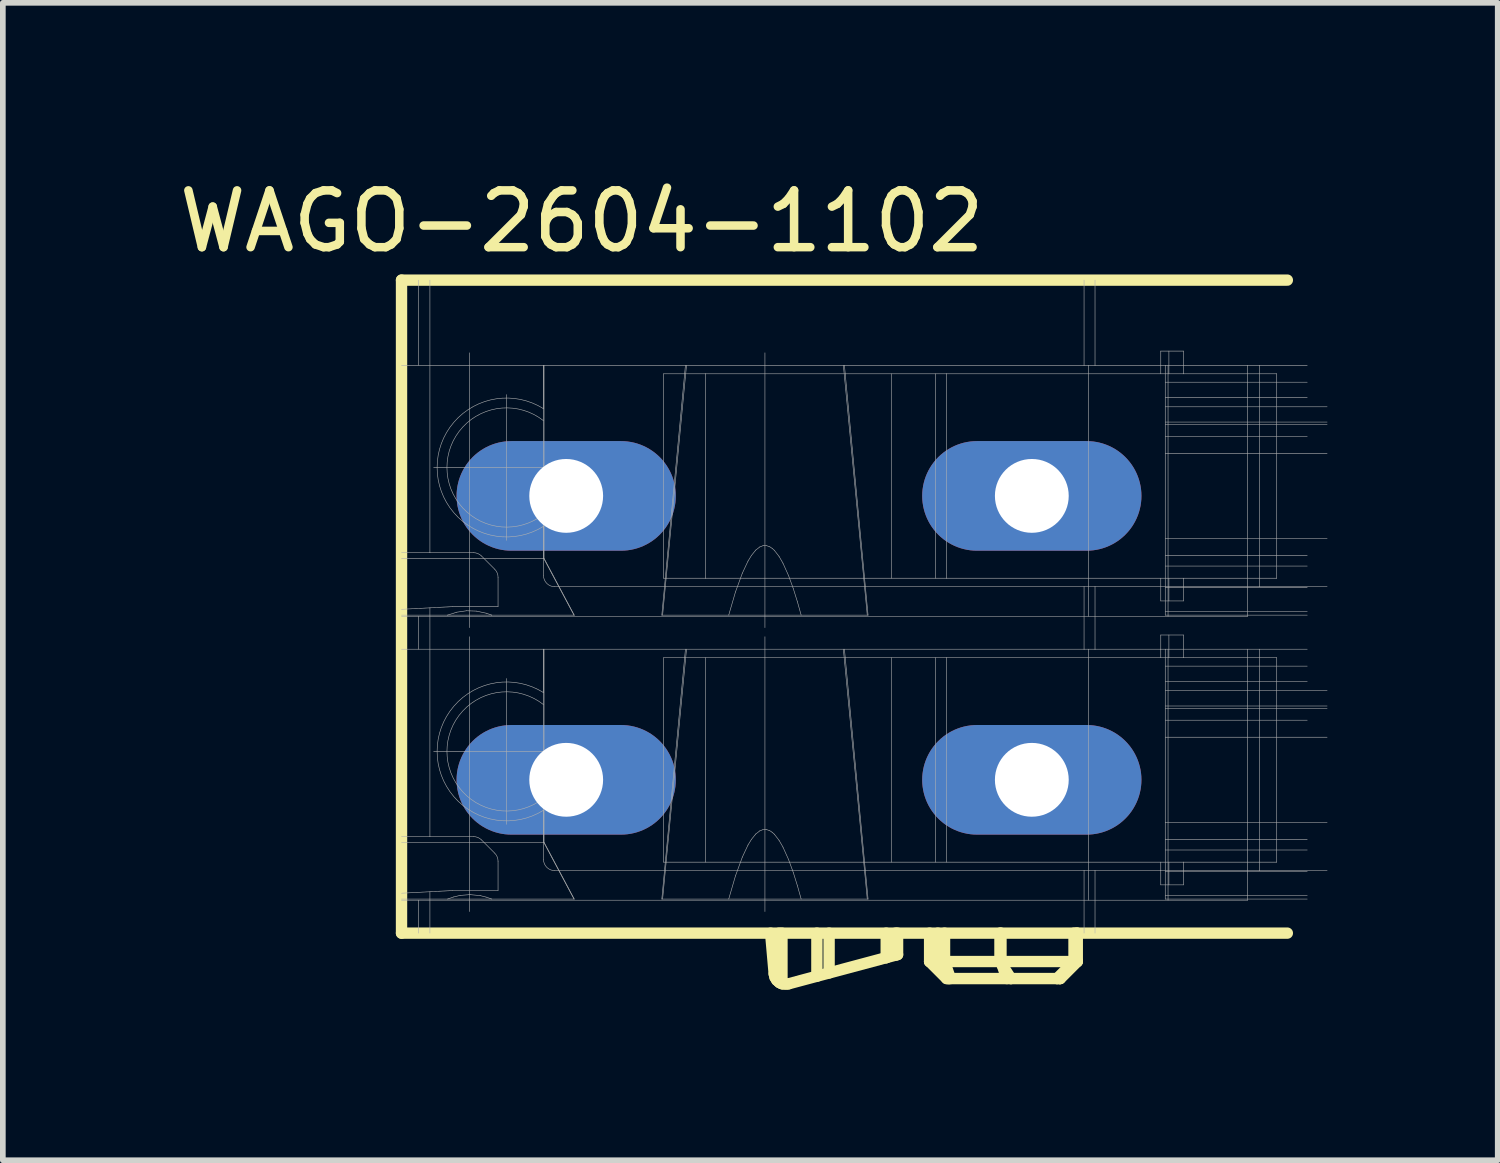
<source format=kicad_pcb>
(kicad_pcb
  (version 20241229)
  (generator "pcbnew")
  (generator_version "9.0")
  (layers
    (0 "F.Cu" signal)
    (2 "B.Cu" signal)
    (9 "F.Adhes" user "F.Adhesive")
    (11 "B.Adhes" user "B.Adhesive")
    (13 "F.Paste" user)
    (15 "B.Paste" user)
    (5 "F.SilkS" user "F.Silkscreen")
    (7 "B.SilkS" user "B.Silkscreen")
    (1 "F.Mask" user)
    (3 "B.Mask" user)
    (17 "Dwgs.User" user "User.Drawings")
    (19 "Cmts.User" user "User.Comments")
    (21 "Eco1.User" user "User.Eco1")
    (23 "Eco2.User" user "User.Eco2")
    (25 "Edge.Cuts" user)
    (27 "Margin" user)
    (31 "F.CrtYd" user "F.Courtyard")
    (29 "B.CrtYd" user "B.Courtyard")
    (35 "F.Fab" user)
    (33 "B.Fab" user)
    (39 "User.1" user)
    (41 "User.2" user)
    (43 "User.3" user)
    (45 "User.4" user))
  (footprint "WAGO-2604-1102"
    (layer "F.Cu")
    (at 15.121 3.383)
    (property "Reference" "WAGO-2604-1102" (at -7.925 -2.535 0) (layer "F.SilkS") (effects (font (size 1 1) (thickness 0.15))))
    (attr through_hole)
    (fp_line (start -11.1 10) (end -11.1 -1.5) (stroke (width 0.2) (type solid)) (layer "F.SilkS"))
    (fp_line (start -4.537 10.717) (end -4.6 10) (stroke (width 0.2) (type solid)) (layer "F.SilkS"))
    (fp_line (start -4.537 10.717) (end -4.522 10.778) (stroke (width 0.2) (type solid)) (layer "F.SilkS"))
    (fp_line (start -4.522 10.778) (end -4.491 10.829) (stroke (width 0.2) (type solid)) (layer "F.SilkS"))
    (fp_line (start -4.491 10.829) (end -4.436 10.874) (stroke (width 0.2) (type solid)) (layer "F.SilkS"))
    (fp_line (start -4.452 10.864) (end -4.452 10) (stroke (width 0.2) (type solid)) (layer "F.SilkS"))
    (fp_line (start -4.436 10.874) (end -4.4 10.89) (stroke (width 0.2) (type solid)) (layer "F.SilkS"))
    (fp_line (start -4.4 10.89) (end -4.4 10) (stroke (width 0.2) (type solid)) (layer "F.SilkS"))
    (fp_line (start -3.785 10.759) (end -3.785 10) (stroke (width 0.2) (type solid)) (layer "F.SilkS"))
    (fp_line (start -3.57 10.701) (end -3.57 10) (stroke (width 0.2) (type solid)) (layer "F.SilkS"))
    (fp_line (start -2.564 10.432) (end -4.286 10.893) (stroke (width 0.2) (type solid)) (layer "F.SilkS"))
    (fp_line (start -2.564 10.432) (end -2.564 10) (stroke (width 0.2) (type solid)) (layer "F.SilkS"))
    (fp_line (start -2.4 10.388) (end -2.4 10) (stroke (width 0.2) (type solid)) (layer "F.SilkS"))
    (fp_line (start -2.364 10.378) (end -2.564 10.432) (stroke (width 0.2) (type solid)) (layer "F.SilkS"))
    (fp_line (start -2.364 10.378) (end -2.364 10) (stroke (width 0.2) (type solid)) (layer "F.SilkS"))
    (fp_line (start -1.8 10) (end -1.8 10.5) (stroke (width 0.2) (type solid)) (layer "F.SilkS"))
    (fp_line (start -1.8 10.5) (end -1.5 10.8) (stroke (width 0.2) (type solid)) (layer "F.SilkS"))
    (fp_line (start -1.655 10.5) (end -1.8 10.5) (stroke (width 0.2) (type solid)) (layer "F.SilkS"))
    (fp_line (start -1.655 10.5) (end -1.655 10) (stroke (width 0.2) (type solid)) (layer "F.SilkS"))
    (fp_line (start -1.537 10.5) (end -1.537 10) (stroke (width 0.2) (type solid)) (layer "F.SilkS"))
    (fp_line (start -1.464 10.8) (end -1.655 10.5) (stroke (width 0.2) (type solid)) (layer "F.SilkS"))
    (fp_line (start -1.464 10.8) (end -1.5 10.8) (stroke (width 0.2) (type solid)) (layer "F.SilkS"))
    (fp_line (start -1.434 10.8) (end -1.537 10.5) (stroke (width 0.2) (type solid)) (layer "F.SilkS"))
    (fp_line (start -0.561 10.5) (end -1.655 10.5) (stroke (width 0.2) (type solid)) (layer "F.SilkS"))
    (fp_line (start -0.561 10.5) (end -0.561 10) (stroke (width 0.2) (type solid)) (layer "F.SilkS"))
    (fp_line (start -0.543 10.5) (end -0.543 10) (stroke (width 0.2) (type solid)) (layer "F.SilkS"))
    (fp_line (start -0.44 10.8) (end -0.543 10.5) (stroke (width 0.2) (type solid)) (layer "F.SilkS"))
    (fp_line (start -0.369 10.8) (end -1.464 10.8) (stroke (width 0.2) (type solid)) (layer "F.SilkS"))
    (fp_line (start -0.369 10.8) (end -0.561 10.5) (stroke (width 0.2) (type solid)) (layer "F.SilkS"))
    (fp_line (start 0.446 10.8) (end -0.369 10.8) (stroke (width 0.2) (type solid)) (layer "F.SilkS"))
    (fp_line (start 0.446 10.8) (end 0.743 10.5) (stroke (width 0.2) (type solid)) (layer "F.SilkS"))
    (fp_line (start 0.494 10.8) (end 0.446 10.8) (stroke (width 0.2) (type solid)) (layer "F.SilkS"))
    (fp_line (start 0.494 10.8) (end 0.792 10.5) (stroke (width 0.2) (type solid)) (layer "F.SilkS"))
    (fp_line (start 0.5 10.8) (end 0.494 10.8) (stroke (width 0.2) (type solid)) (layer "F.SilkS"))
    (fp_line (start 0.5 10.8) (end 0.8 10.5) (stroke (width 0.2) (type solid)) (layer "F.SilkS"))
    (fp_line (start 0.743 10.5) (end -0.561 10.5) (stroke (width 0.2) (type solid)) (layer "F.SilkS"))
    (fp_line (start 0.743 10.5) (end 0.743 10) (stroke (width 0.2) (type solid)) (layer "F.SilkS"))
    (fp_line (start 0.792 10.5) (end 0.743 10.5) (stroke (width 0.2) (type solid)) (layer "F.SilkS"))
    (fp_line (start 0.792 10.5) (end 0.792 10) (stroke (width 0.2) (type solid)) (layer "F.SilkS"))
    (fp_line (start 0.8 10.5) (end 0.792 10.5) (stroke (width 0.2) (type solid)) (layer "F.SilkS"))
    (fp_line (start 0.8 10.5) (end 0.8 10) (stroke (width 0.2) (type solid)) (layer "F.SilkS"))
    (fp_line (start 4.5 -1.5) (end -11.1 -1.5) (stroke (width 0.2) (type solid)) (layer "F.SilkS"))
    (fp_line (start 4.5 10) (end -11.1 10) (stroke (width 0.2) (type solid)) (layer "F.SilkS"))
    (fp_arc (start -4.28623 10.8932) (mid -4.343333 10.899963) (end -4.4 10.8902) (stroke (width 0.2) (type solid)) (layer "F.SilkS"))
    (fp_line (start -11.1 3.4) (end -8.596 3.4) (stroke (width 0.01) (type solid)) (layer "F.Fab"))
    (fp_line (start -11.1 4.4) (end -10.29 4.4) (stroke (width 0.01) (type solid)) (layer "F.Fab"))
    (fp_line (start -11.1 8.4) (end -8.59 8.4) (stroke (width 0.01) (type solid)) (layer "F.Fab"))
    (fp_line (start -10.8 0) (end -10.8 -1.5) (stroke (width 0.01) (type solid)) (layer "F.Fab"))
    (fp_line (start -10.8 5) (end -10.8 4.42) (stroke (width 0.01) (type solid)) (layer "F.Fab"))
    (fp_line (start -10.8 10) (end -10.8 9.42) (stroke (width 0.01) (type solid)) (layer "F.Fab"))
    (fp_line (start -10.6 3.3) (end -11.1 3.3) (stroke (width 0.01) (type solid)) (layer "F.Fab"))
    (fp_line (start -10.6 3.3) (end -10.6 -1.5) (stroke (width 0.01) (type solid)) (layer "F.Fab"))
    (fp_line (start -10.6 8.3) (end -11.1 8.3) (stroke (width 0.01) (type solid)) (layer "F.Fab"))
    (fp_line (start -10.6 8.3) (end -10.6 4.271) (stroke (width 0.01) (type solid)) (layer "F.Fab"))
    (fp_line (start -10.6 10) (end -10.6 9.271) (stroke (width 0.01) (type solid)) (layer "F.Fab"))
    (fp_line (start -10.534 1.8) (end -8.6 1.8) (stroke (width 0.01) (type solid)) (layer "F.Fab"))
    (fp_line (start -10.534 6.8) (end -8.6 6.8) (stroke (width 0.01) (type solid)) (layer "F.Fab"))
    (fp_line (start -10.29 4.4) (end -10.127 4.348) (stroke (width 0.01) (type solid)) (layer "F.Fab"))
    (fp_line (start -10.29 4.4) (end -9.51 4.4) (stroke (width 0.01) (type solid)) (layer "F.Fab"))
    (fp_line (start -10.29 9.4) (end -10.181 9.363) (stroke (width 0.01) (type solid)) (layer "F.Fab"))
    (fp_line (start -10.2 4.25) (end -11.1 4.297) (stroke (width 0.01) (type solid)) (layer "F.Fab"))
    (fp_line (start -10.2 4.25) (end -9.4 4.25) (stroke (width 0.01) (type solid)) (layer "F.Fab"))
    (fp_line (start -10.2 9.25) (end -11.1 9.297) (stroke (width 0.01) (type solid)) (layer "F.Fab"))
    (fp_line (start -10.2 9.25) (end -9.4 9.25) (stroke (width 0.01) (type solid)) (layer "F.Fab"))
    (fp_line (start -10.181 9.363) (end -10.069 9.336) (stroke (width 0.01) (type solid)) (layer "F.Fab"))
    (fp_line (start -10.127 4.348) (end -9.954 4.323) (stroke (width 0.01) (type solid)) (layer "F.Fab"))
    (fp_line (start -10.069 9.336) (end -9.895 9.322) (stroke (width 0.01) (type solid)) (layer "F.Fab"))
    (fp_line (start -9.954 4.323) (end -9.782 4.329) (stroke (width 0.01) (type solid)) (layer "F.Fab"))
    (fp_line (start -9.9 4.62) (end -9.9 -0.22) (stroke (width 0.01) (type solid)) (layer "F.Fab"))
    (fp_line (start -9.9 9.62) (end -9.9 4.78) (stroke (width 0.01) (type solid)) (layer "F.Fab"))
    (fp_line (start -9.895 9.322) (end -9.715 9.339) (stroke (width 0.01) (type solid)) (layer "F.Fab"))
    (fp_line (start -9.833 3.3) (end -10.6 3.3) (stroke (width 0.01) (type solid)) (layer "F.Fab"))
    (fp_line (start -9.833 8.3) (end -10.6 8.3) (stroke (width 0.01) (type solid)) (layer "F.Fab"))
    (fp_line (start -9.782 4.329) (end -9.608 4.366) (stroke (width 0.01) (type solid)) (layer "F.Fab"))
    (fp_line (start -9.715 9.339) (end -9.612 9.365) (stroke (width 0.01) (type solid)) (layer "F.Fab"))
    (fp_line (start -9.612 9.365) (end -9.51 9.4) (stroke (width 0.01) (type solid)) (layer "F.Fab"))
    (fp_line (start -9.608 4.366) (end -9.51 4.4) (stroke (width 0.01) (type solid)) (layer "F.Fab"))
    (fp_line (start -9.51 4.4) (end -8.063 4.4) (stroke (width 0.01) (type solid)) (layer "F.Fab"))
    (fp_line (start -9.459 3.591) (end -9.691 3.359) (stroke (width 0.01) (type solid)) (layer "F.Fab"))
    (fp_line (start -9.459 8.591) (end -9.691 8.359) (stroke (width 0.01) (type solid)) (layer "F.Fab"))
    (fp_line (start -9.4 4.25) (end -9.4 3.733) (stroke (width 0.01) (type solid)) (layer "F.Fab"))
    (fp_line (start -9.4 9.25) (end -9.4 8.733) (stroke (width 0.01) (type solid)) (layer "F.Fab"))
    (fp_line (start -9.25 3.084) (end -9.25 0.516) (stroke (width 0.01) (type solid)) (layer "F.Fab"))
    (fp_line (start -9.25 8.084) (end -9.25 5.516) (stroke (width 0.01) (type solid)) (layer "F.Fab"))
    (fp_line (start -8.6 0) (end -11.1 0) (stroke (width 0.01) (type solid)) (layer "F.Fab"))
    (fp_line (start -8.6 0) (end -8.6 0.764) (stroke (width 0.01) (type solid)) (layer "F.Fab"))
    (fp_line (start -8.6 0.764) (end -8.6 0.975) (stroke (width 0.01) (type solid)) (layer "F.Fab"))
    (fp_line (start -8.6 2.62) (end -8.6 1.8) (stroke (width 0.01) (type solid)) (layer "F.Fab"))
    (fp_line (start -8.6 2.625) (end -8.6 2.836) (stroke (width 0.01) (type solid)) (layer "F.Fab"))
    (fp_line (start -8.6 2.836) (end -8.6 3.7) (stroke (width 0.01) (type solid)) (layer "F.Fab"))
    (fp_line (start -8.6 5) (end -11.1 5) (stroke (width 0.01) (type solid)) (layer "F.Fab"))
    (fp_line (start -8.6 5) (end -8.6 5.764) (stroke (width 0.01) (type solid)) (layer "F.Fab"))
    (fp_line (start -8.6 5.764) (end -8.6 5.975) (stroke (width 0.01) (type solid)) (layer "F.Fab"))
    (fp_line (start -8.6 7.62) (end -8.6 6.8) (stroke (width 0.01) (type solid)) (layer "F.Fab"))
    (fp_line (start -8.6 7.625) (end -8.6 7.836) (stroke (width 0.01) (type solid)) (layer "F.Fab"))
    (fp_line (start -8.6 7.836) (end -8.6 8.7) (stroke (width 0.01) (type solid)) (layer "F.Fab"))
    (fp_line (start -8.596 0.761) (end -8.596 0) (stroke (width 0.01) (type solid)) (layer "F.Fab"))
    (fp_line (start -8.596 1.8) (end -8.6 1.8) (stroke (width 0.01) (type solid)) (layer "F.Fab"))
    (fp_line (start -8.596 1.8) (end -8.596 0.979) (stroke (width 0.01) (type solid)) (layer "F.Fab"))
    (fp_line (start -8.596 2.8) (end -8.59 2.8) (stroke (width 0.01) (type solid)) (layer "F.Fab"))
    (fp_line (start -8.596 3.4) (end -8.596 2.839) (stroke (width 0.01) (type solid)) (layer "F.Fab"))
    (fp_line (start -8.596 3.4) (end -8.59 3.4) (stroke (width 0.01) (type solid)) (layer "F.Fab"))
    (fp_line (start -8.596 5.761) (end -8.596 5) (stroke (width 0.01) (type solid)) (layer "F.Fab"))
    (fp_line (start -8.596 6.8) (end -8.6 6.8) (stroke (width 0.01) (type solid)) (layer "F.Fab"))
    (fp_line (start -8.596 6.8) (end -8.596 5.979) (stroke (width 0.01) (type solid)) (layer "F.Fab"))
    (fp_line (start -8.596 7.8) (end -7.8 7.8) (stroke (width 0.01) (type solid)) (layer "F.Fab"))
    (fp_line (start -8.596 8.4) (end -8.596 7.839) (stroke (width 0.01) (type solid)) (layer "F.Fab"))
    (fp_line (start -8.59 1.8) (end -8.596 1.8) (stroke (width 0.01) (type solid)) (layer "F.Fab"))
    (fp_line (start -8.59 1.8) (end -8.59 0) (stroke (width 0.01) (type solid)) (layer "F.Fab"))
    (fp_line (start -8.59 2.8) (end -7.8 2.8) (stroke (width 0.01) (type solid)) (layer "F.Fab"))
    (fp_line (start -8.59 3.4) (end -8.59 2.8) (stroke (width 0.01) (type solid)) (layer "F.Fab"))
    (fp_line (start -8.59 6.8) (end -8.596 6.8) (stroke (width 0.01) (type solid)) (layer "F.Fab"))
    (fp_line (start -8.59 6.8) (end -8.59 5) (stroke (width 0.01) (type solid)) (layer "F.Fab"))
    (fp_line (start -8.59 8.4) (end -8.59 7.8) (stroke (width 0.01) (type solid)) (layer "F.Fab"))
    (fp_line (start -8.4 3.9) (end 0.92 3.9) (stroke (width 0.01) (type solid)) (layer "F.Fab"))
    (fp_line (start -8.4 8.9) (end 0.92 8.9) (stroke (width 0.01) (type solid)) (layer "F.Fab"))
    (fp_line (start -8.063 4.4) (end -8.596 3.4) (stroke (width 0.01) (type solid)) (layer "F.Fab"))
    (fp_line (start -8.063 4.4) (end -8.058 4.4) (stroke (width 0.01) (type solid)) (layer "F.Fab"))
    (fp_line (start -8.063 9.4) (end -8.596 8.4) (stroke (width 0.01) (type solid)) (layer "F.Fab"))
    (fp_line (start -8.058 4.4) (end -8.59 3.4) (stroke (width 0.01) (type solid)) (layer "F.Fab"))
    (fp_line (start -8.058 9.4) (end -11.1 9.4) (stroke (width 0.01) (type solid)) (layer "F.Fab"))
    (fp_line (start -8.058 9.4) (end -8.59 8.4) (stroke (width 0.01) (type solid)) (layer "F.Fab"))
    (fp_line (start -7.8 1.8) (end -8.59 1.8) (stroke (width 0.01) (type solid)) (layer "F.Fab"))
    (fp_line (start -7.8 2.8) (end -7.8 1.8) (stroke (width 0.01) (type solid)) (layer "F.Fab"))
    (fp_line (start -7.8 6.8) (end -8.59 6.8) (stroke (width 0.01) (type solid)) (layer "F.Fab"))
    (fp_line (start -7.8 7.8) (end -7.8 6.8) (stroke (width 0.01) (type solid)) (layer "F.Fab"))
    (fp_line (start -6.485 3.75) (end -6.485 0.15) (stroke (width 0.01) (type solid)) (layer "F.Fab"))
    (fp_line (start -6.485 8.75) (end -6.485 5.15) (stroke (width 0.01) (type solid)) (layer "F.Fab"))
    (fp_line (start -6.1 0) (end -6.516 4.4) (stroke (width 0.01) (type solid)) (layer "F.Fab"))
    (fp_line (start -6.1 5) (end -6.516 9.4) (stroke (width 0.01) (type solid)) (layer "F.Fab"))
    (fp_line (start -6.081 0) (end -6.502 4.4) (stroke (width 0.01) (type solid)) (layer "F.Fab"))
    (fp_line (start -6.081 5) (end -6.502 9.4) (stroke (width 0.01) (type solid)) (layer "F.Fab"))
    (fp_line (start -5.743 0.15) (end -6.485 0.15) (stroke (width 0.01) (type solid)) (layer "F.Fab"))
    (fp_line (start -5.743 3.75) (end -6.485 3.75) (stroke (width 0.01) (type solid)) (layer "F.Fab"))
    (fp_line (start -5.743 3.75) (end -5.743 0.15) (stroke (width 0.01) (type solid)) (layer "F.Fab"))
    (fp_line (start -5.743 8.75) (end -5.743 5.15) (stroke (width 0.01) (type solid)) (layer "F.Fab"))
    (fp_line (start -5.338 4.4) (end -5.219 3.992) (stroke (width 0.01) (type solid)) (layer "F.Fab"))
    (fp_line (start -5.338 9.4) (end -5.219 8.992) (stroke (width 0.01) (type solid)) (layer "F.Fab"))
    (fp_line (start -5.219 3.992) (end -5.098 3.661) (stroke (width 0.01) (type solid)) (layer "F.Fab"))
    (fp_line (start -5.219 8.992) (end -5.098 8.661) (stroke (width 0.01) (type solid)) (layer "F.Fab"))
    (fp_line (start -5.098 3.661) (end -4.998 3.448) (stroke (width 0.01) (type solid)) (layer "F.Fab"))
    (fp_line (start -5.098 8.661) (end -4.998 8.448) (stroke (width 0.01) (type solid)) (layer "F.Fab"))
    (fp_line (start -4.998 3.448) (end -4.937 3.348) (stroke (width 0.01) (type solid)) (layer "F.Fab"))
    (fp_line (start -4.998 8.448) (end -4.937 8.348) (stroke (width 0.01) (type solid)) (layer "F.Fab"))
    (fp_line (start -4.937 3.348) (end -4.862 3.255) (stroke (width 0.01) (type solid)) (layer "F.Fab"))
    (fp_line (start -4.937 8.348) (end -4.862 8.255) (stroke (width 0.01) (type solid)) (layer "F.Fab"))
    (fp_line (start -4.862 3.255) (end -4.792 3.2) (stroke (width 0.01) (type solid)) (layer "F.Fab"))
    (fp_line (start -4.862 8.255) (end -4.792 8.2) (stroke (width 0.01) (type solid)) (layer "F.Fab"))
    (fp_line (start -4.792 3.2) (end -4.734 3.177) (stroke (width 0.01) (type solid)) (layer "F.Fab"))
    (fp_line (start -4.792 8.2) (end -4.734 8.177) (stroke (width 0.01) (type solid)) (layer "F.Fab"))
    (fp_line (start -4.734 3.177) (end -4.672 3.176) (stroke (width 0.01) (type solid)) (layer "F.Fab"))
    (fp_line (start -4.734 8.177) (end -4.672 8.176) (stroke (width 0.01) (type solid)) (layer "F.Fab"))
    (fp_line (start -4.7 4.62) (end -4.7 -0.22) (stroke (width 0.01) (type solid)) (layer "F.Fab"))
    (fp_line (start -4.7 9.62) (end -4.7 4.78) (stroke (width 0.01) (type solid)) (layer "F.Fab"))
    (fp_line (start -4.672 3.176) (end -4.614 3.197) (stroke (width 0.01) (type solid)) (layer "F.Fab"))
    (fp_line (start -4.672 8.176) (end -4.614 8.197) (stroke (width 0.01) (type solid)) (layer "F.Fab"))
    (fp_line (start -4.614 3.197) (end -4.573 3.224) (stroke (width 0.01) (type solid)) (layer "F.Fab"))
    (fp_line (start -4.614 8.197) (end -4.573 8.224) (stroke (width 0.01) (type solid)) (layer "F.Fab"))
    (fp_line (start -4.573 3.224) (end -4.536 3.257) (stroke (width 0.01) (type solid)) (layer "F.Fab"))
    (fp_line (start -4.573 8.224) (end -4.536 8.257) (stroke (width 0.01) (type solid)) (layer "F.Fab"))
    (fp_line (start -4.536 3.257) (end -4.452 3.364) (stroke (width 0.01) (type solid)) (layer "F.Fab"))
    (fp_line (start -4.536 8.257) (end -4.452 8.364) (stroke (width 0.01) (type solid)) (layer "F.Fab"))
    (fp_line (start -4.452 3.364) (end -4.383 3.484) (stroke (width 0.01) (type solid)) (layer "F.Fab"))
    (fp_line (start -4.452 8.364) (end -4.383 8.484) (stroke (width 0.01) (type solid)) (layer "F.Fab"))
    (fp_line (start -4.383 3.484) (end -4.284 3.704) (stroke (width 0.01) (type solid)) (layer "F.Fab"))
    (fp_line (start -4.383 8.484) (end -4.284 8.704) (stroke (width 0.01) (type solid)) (layer "F.Fab"))
    (fp_line (start -4.284 3.704) (end -4.201 3.931) (stroke (width 0.01) (type solid)) (layer "F.Fab"))
    (fp_line (start -4.284 8.704) (end -4.201 8.931) (stroke (width 0.01) (type solid)) (layer "F.Fab"))
    (fp_line (start -4.201 3.931) (end -4.128 4.165) (stroke (width 0.01) (type solid)) (layer "F.Fab"))
    (fp_line (start -4.201 8.931) (end -4.128 9.165) (stroke (width 0.01) (type solid)) (layer "F.Fab"))
    (fp_line (start -4.128 4.165) (end -4.062 4.4) (stroke (width 0.01) (type solid)) (layer "F.Fab"))
    (fp_line (start -4.128 9.165) (end -4.062 9.4) (stroke (width 0.01) (type solid)) (layer "F.Fab"))
    (fp_line (start -2.898 4.4) (end -3.319 0) (stroke (width 0.01) (type solid)) (layer "F.Fab"))
    (fp_line (start -2.898 9.4) (end -3.319 5) (stroke (width 0.01) (type solid)) (layer "F.Fab"))
    (fp_line (start -2.884 4.4) (end -6.516 4.4) (stroke (width 0.01) (type solid)) (layer "F.Fab"))
    (fp_line (start -2.884 4.4) (end -3.3 0) (stroke (width 0.01) (type solid)) (layer "F.Fab"))
    (fp_line (start -2.884 9.4) (end -6.516 9.4) (stroke (width 0.01) (type solid)) (layer "F.Fab"))
    (fp_line (start -2.884 9.4) (end -3.3 5) (stroke (width 0.01) (type solid)) (layer "F.Fab"))
    (fp_line (start -2.475 3.75) (end -2.475 0.15) (stroke (width 0.01) (type solid)) (layer "F.Fab"))
    (fp_line (start -2.475 8.75) (end -2.475 5.15) (stroke (width 0.01) (type solid)) (layer "F.Fab"))
    (fp_line (start -1.7 3.75) (end -1.7 0.15) (stroke (width 0.01) (type solid)) (layer "F.Fab"))
    (fp_line (start -1.7 8.75) (end -1.7 5.15) (stroke (width 0.01) (type solid)) (layer "F.Fab"))
    (fp_line (start -1.5 0.15) (end -5.743 0.15) (stroke (width 0.01) (type solid)) (layer "F.Fab"))
    (fp_line (start -1.5 3.75) (end -5.743 3.75) (stroke (width 0.01) (type solid)) (layer "F.Fab"))
    (fp_line (start -1.5 3.75) (end -1.5 0.15) (stroke (width 0.01) (type solid)) (layer "F.Fab"))
    (fp_line (start -1.5 5.15) (end -6.485 5.15) (stroke (width 0.01) (type solid)) (layer "F.Fab"))
    (fp_line (start -1.5 8.75) (end -1.5 5.15) (stroke (width 0.01) (type solid)) (layer "F.Fab"))
    (fp_line (start -0.4 1.8) (end -0.4 2.8) (stroke (width 0.01) (type solid)) (layer "F.Fab"))
    (fp_line (start -0.4 2.8) (end 0.4 2.8) (stroke (width 0.01) (type solid)) (layer "F.Fab"))
    (fp_line (start -0.4 6.8) (end -0.4 7.8) (stroke (width 0.01) (type solid)) (layer "F.Fab"))
    (fp_line (start -0.4 7.8) (end 0.4 7.8) (stroke (width 0.01) (type solid)) (layer "F.Fab"))
    (fp_line (start 0.4 1.8) (end -0.4 1.8) (stroke (width 0.01) (type solid)) (layer "F.Fab"))
    (fp_line (start 0.4 2.8) (end 0.4 1.8) (stroke (width 0.01) (type solid)) (layer "F.Fab"))
    (fp_line (start 0.4 6.8) (end -0.4 6.8) (stroke (width 0.01) (type solid)) (layer "F.Fab"))
    (fp_line (start 0.4 7.8) (end 0.4 6.8) (stroke (width 0.01) (type solid)) (layer "F.Fab"))
    (fp_line (start 0.92 0) (end -8.6 0) (stroke (width 0.01) (type solid)) (layer "F.Fab"))
    (fp_line (start 0.92 0) (end 0.92 -1.5) (stroke (width 0.01) (type solid)) (layer "F.Fab"))
    (fp_line (start 0.92 3.9) (end 1.113 3.9) (stroke (width 0.01) (type solid)) (layer "F.Fab"))
    (fp_line (start 0.92 5) (end -8.6 5) (stroke (width 0.01) (type solid)) (layer "F.Fab"))
    (fp_line (start 0.92 5) (end 0.92 3.9) (stroke (width 0.01) (type solid)) (layer "F.Fab"))
    (fp_line (start 0.92 8.9) (end 1.113 8.9) (stroke (width 0.01) (type solid)) (layer "F.Fab"))
    (fp_line (start 0.92 10) (end 0.92 8.9) (stroke (width 0.01) (type solid)) (layer "F.Fab"))
    (fp_line (start 0.998 4.42) (end 0.998 0) (stroke (width 0.01) (type solid)) (layer "F.Fab"))
    (fp_line (start 0.998 9.42) (end 0.998 5) (stroke (width 0.01) (type solid)) (layer "F.Fab"))
    (fp_line (start 1.113 0) (end 0.92 0) (stroke (width 0.01) (type solid)) (layer "F.Fab"))
    (fp_line (start 1.113 0) (end 1.113 -1.5) (stroke (width 0.01) (type solid)) (layer "F.Fab"))
    (fp_line (start 1.113 3.9) (end 4.008 3.9) (stroke (width 0.01) (type solid)) (layer "F.Fab"))
    (fp_line (start 1.113 5) (end 0.92 5) (stroke (width 0.01) (type solid)) (layer "F.Fab"))
    (fp_line (start 1.113 5) (end 1.113 3.9) (stroke (width 0.01) (type solid)) (layer "F.Fab"))
    (fp_line (start 1.113 8.9) (end 2.271 8.9) (stroke (width 0.01) (type solid)) (layer "F.Fab"))
    (fp_line (start 1.113 10) (end 1.113 8.9) (stroke (width 0.01) (type solid)) (layer "F.Fab"))
    (fp_line (start 2.271 -0.25) (end 2.271 0.15) (stroke (width 0.01) (type solid)) (layer "F.Fab"))
    (fp_line (start 2.271 3.75) (end 2.271 4.15) (stroke (width 0.01) (type solid)) (layer "F.Fab"))
    (fp_line (start 2.271 4.75) (end 2.271 5) (stroke (width 0.01) (type solid)) (layer "F.Fab"))
    (fp_line (start 2.271 5) (end 1.113 5) (stroke (width 0.01) (type solid)) (layer "F.Fab"))
    (fp_line (start 2.271 5) (end 2.271 5.15) (stroke (width 0.01) (type solid)) (layer "F.Fab"))
    (fp_line (start 2.271 8.75) (end 2.271 8.9) (stroke (width 0.01) (type solid)) (layer "F.Fab"))
    (fp_line (start 2.271 8.9) (end 2.271 9.15) (stroke (width 0.01) (type solid)) (layer "F.Fab"))
    (fp_line (start 2.35 0) (end 1.113 0) (stroke (width 0.01) (type solid)) (layer "F.Fab"))
    (fp_line (start 2.35 0) (end 2.35 4.4) (stroke (width 0.01) (type solid)) (layer "F.Fab"))
    (fp_line (start 2.35 5) (end 2.271 5) (stroke (width 0.01) (type solid)) (layer "F.Fab"))
    (fp_line (start 2.35 5) (end 2.35 8.05) (stroke (width 0.01) (type solid)) (layer "F.Fab"))
    (fp_line (start 2.35 8.05) (end 2.35 8.35) (stroke (width 0.01) (type solid)) (layer "F.Fab"))
    (fp_line (start 2.35 8.35) (end 2.35 9.4) (stroke (width 0.01) (type solid)) (layer "F.Fab"))
    (fp_line (start 2.399 4.42) (end 2.399 0) (stroke (width 0.01) (type solid)) (layer "F.Fab"))
    (fp_line (start 2.399 9.42) (end 2.399 5) (stroke (width 0.01) (type solid)) (layer "F.Fab"))
    (fp_line (start 2.414 0.15) (end 2.414 -0.25) (stroke (width 0.01) (type solid)) (layer "F.Fab"))
    (fp_line (start 2.414 4.15) (end 2.414 3.75) (stroke (width 0.01) (type solid)) (layer "F.Fab"))
    (fp_line (start 2.414 5.15) (end 2.414 4.75) (stroke (width 0.01) (type solid)) (layer "F.Fab"))
    (fp_line (start 2.414 9.15) (end 2.414 8.75) (stroke (width 0.01) (type solid)) (layer "F.Fab"))
    (fp_line (start 2.671 -0.25) (end 2.271 -0.25) (stroke (width 0.01) (type solid)) (layer "F.Fab"))
    (fp_line (start 2.671 0.15) (end -1.5 0.15) (stroke (width 0.01) (type solid)) (layer "F.Fab"))
    (fp_line (start 2.671 0.15) (end 2.671 -0.25) (stroke (width 0.01) (type solid)) (layer "F.Fab"))
    (fp_line (start 2.671 3.75) (end -1.5 3.75) (stroke (width 0.01) (type solid)) (layer "F.Fab"))
    (fp_line (start 2.671 4.15) (end 2.271 4.15) (stroke (width 0.01) (type solid)) (layer "F.Fab"))
    (fp_line (start 2.671 4.15) (end 2.671 3.75) (stroke (width 0.01) (type solid)) (layer "F.Fab"))
    (fp_line (start 2.671 4.75) (end 2.271 4.75) (stroke (width 0.01) (type solid)) (layer "F.Fab"))
    (fp_line (start 2.671 5.15) (end -1.5 5.15) (stroke (width 0.01) (type solid)) (layer "F.Fab"))
    (fp_line (start 2.671 5.15) (end 2.671 4.75) (stroke (width 0.01) (type solid)) (layer "F.Fab"))
    (fp_line (start 2.671 8.75) (end -6.485 8.75) (stroke (width 0.01) (type solid)) (layer "F.Fab"))
    (fp_line (start 2.671 9.15) (end 2.271 9.15) (stroke (width 0.01) (type solid)) (layer "F.Fab"))
    (fp_line (start 2.671 9.15) (end 2.671 8.75) (stroke (width 0.01) (type solid)) (layer "F.Fab"))
    (fp_line (start 3.8 4.42) (end -11.1 4.42) (stroke (width 0.01) (type solid)) (layer "F.Fab"))
    (fp_line (start 3.8 4.42) (end 3.8 0) (stroke (width 0.01) (type solid)) (layer "F.Fab"))
    (fp_line (start 3.8 9.42) (end -11.1 9.42) (stroke (width 0.01) (type solid)) (layer "F.Fab"))
    (fp_line (start 3.8 9.42) (end 3.8 5) (stroke (width 0.01) (type solid)) (layer "F.Fab"))
    (fp_line (start 4.008 0) (end 2.35 0) (stroke (width 0.01) (type solid)) (layer "F.Fab"))
    (fp_line (start 4.008 3.9) (end 4.008 0) (stroke (width 0.01) (type solid)) (layer "F.Fab"))
    (fp_line (start 4.008 5) (end 2.35 5) (stroke (width 0.01) (type solid)) (layer "F.Fab"))
    (fp_line (start 4.008 8.9) (end 2.271 8.9) (stroke (width 0.01) (type solid)) (layer "F.Fab"))
    (fp_line (start 4.008 8.9) (end 4.008 5) (stroke (width 0.01) (type solid)) (layer "F.Fab"))
    (fp_line (start 4.313 0.15) (end 2.671 0.15) (stroke (width 0.01) (type solid)) (layer "F.Fab"))
    (fp_line (start 4.313 3.75) (end 2.671 3.75) (stroke (width 0.01) (type solid)) (layer "F.Fab"))
    (fp_line (start 4.313 3.75) (end 4.313 0.15) (stroke (width 0.01) (type solid)) (layer "F.Fab"))
    (fp_line (start 4.313 5.15) (end 2.671 5.15) (stroke (width 0.01) (type solid)) (layer "F.Fab"))
    (fp_line (start 4.313 8.75) (end 2.671 8.75) (stroke (width 0.01) (type solid)) (layer "F.Fab"))
    (fp_line (start 4.313 8.75) (end 4.313 5.15) (stroke (width 0.01) (type solid)) (layer "F.Fab"))
    (fp_line (start 4.85 0) (end 4.008 0) (stroke (width 0.01) (type solid)) (layer "F.Fab"))
    (fp_line (start 4.85 0.298) (end 2.35 0.298) (stroke (width 0.01) (type solid)) (layer "F.Fab"))
    (fp_line (start 4.85 0.567) (end 2.35 0.567) (stroke (width 0.01) (type solid)) (layer "F.Fab"))
    (fp_line (start 4.85 1.25) (end 2.35 1.25) (stroke (width 0.01) (type solid)) (layer "F.Fab"))
    (fp_line (start 4.85 3.35) (end 2.35 3.35) (stroke (width 0.01) (type solid)) (layer "F.Fab"))
    (fp_line (start 4.85 3.536) (end 2.35 3.536) (stroke (width 0.01) (type solid)) (layer "F.Fab"))
    (fp_line (start 4.85 3.913) (end 2.35 3.913) (stroke (width 0.01) (type solid)) (layer "F.Fab"))
    (fp_line (start 4.85 4.333) (end 2.35 4.333) (stroke (width 0.01) (type solid)) (layer "F.Fab"))
    (fp_line (start 4.85 4.4) (end 2.35 4.4) (stroke (width 0.01) (type solid)) (layer "F.Fab"))
    (fp_line (start 4.85 5) (end 4.008 5) (stroke (width 0.01) (type solid)) (layer "F.Fab"))
    (fp_line (start 4.85 5.298) (end 2.35 5.298) (stroke (width 0.01) (type solid)) (layer "F.Fab"))
    (fp_line (start 4.85 5.567) (end 2.35 5.567) (stroke (width 0.01) (type solid)) (layer "F.Fab"))
    (fp_line (start 4.85 6.25) (end 2.35 6.25) (stroke (width 0.01) (type solid)) (layer "F.Fab"))
    (fp_line (start 4.85 8.35) (end 2.35 8.35) (stroke (width 0.01) (type solid)) (layer "F.Fab"))
    (fp_line (start 4.85 8.536) (end 2.35 8.536) (stroke (width 0.01) (type solid)) (layer "F.Fab"))
    (fp_line (start 4.85 8.913) (end 2.35 8.913) (stroke (width 0.01) (type solid)) (layer "F.Fab"))
    (fp_line (start 4.85 9.333) (end 2.35 9.333) (stroke (width 0.01) (type solid)) (layer "F.Fab"))
    (fp_line (start 4.85 9.4) (end 2.35 9.4) (stroke (width 0.01) (type solid)) (layer "F.Fab"))
    (fp_line (start 5.2 0.731) (end 2.35 0.731) (stroke (width 0.01) (type solid)) (layer "F.Fab"))
    (fp_line (start 5.2 1) (end 2.35 1) (stroke (width 0.01) (type solid)) (layer "F.Fab"))
    (fp_line (start 5.2 1.04) (end 2.35 1.04) (stroke (width 0.01) (type solid)) (layer "F.Fab"))
    (fp_line (start 5.2 1.55) (end 2.35 1.55) (stroke (width 0.01) (type solid)) (layer "F.Fab"))
    (fp_line (start 5.2 3.05) (end 2.35 3.05) (stroke (width 0.01) (type solid)) (layer "F.Fab"))
    (fp_line (start 5.2 3.9) (end 4.008 3.9) (stroke (width 0.01) (type solid)) (layer "F.Fab"))
    (fp_line (start 5.2 5.731) (end 2.35 5.731) (stroke (width 0.01) (type solid)) (layer "F.Fab"))
    (fp_line (start 5.2 6) (end 2.35 6) (stroke (width 0.01) (type solid)) (layer "F.Fab"))
    (fp_line (start 5.2 6.04) (end 2.35 6.04) (stroke (width 0.01) (type solid)) (layer "F.Fab"))
    (fp_line (start 5.2 6.55) (end 2.35 6.55) (stroke (width 0.01) (type solid)) (layer "F.Fab"))
    (fp_line (start 5.2 8.05) (end 2.35 8.05) (stroke (width 0.01) (type solid)) (layer "F.Fab"))
    (fp_line (start 5.2 8.9) (end 4.008 8.9) (stroke (width 0.01) (type solid)) (layer "F.Fab"))
    (fp_arc (start -9.83284 3.3) (mid -9.756304 3.315225) (end -9.69142 3.35858) (stroke (width 0.01) (type solid)) (layer "F.Fab"))
    (fp_arc (start -9.83284 8.3) (mid -9.756304 8.315225) (end -9.69142 8.35858) (stroke (width 0.01) (type solid)) (layer "F.Fab"))
    (fp_arc (start -9.45858 3.59142) (mid -9.415225 3.656304) (end -9.4 3.73284) (stroke (width 0.01) (type solid)) (layer "F.Fab"))
    (fp_arc (start -9.45858 8.59142) (mid -9.415225 8.656304) (end -9.4 8.73284) (stroke (width 0.01) (type solid)) (layer "F.Fab"))
    (fp_arc (start -8.6 2.62462) (mid -10.299992 1.800001) (end -8.600001 0.975382) (stroke (width 0.01) (type solid)) (layer "F.Fab"))
    (fp_arc (start -8.6 2.83621) (mid -10.473204 1.800001) (end -8.6 0.763792) (stroke (width 0.01) (type solid)) (layer "F.Fab"))
    (fp_arc (start -8.6 7.62462) (mid -10.299993 6.8) (end -8.6 5.97538) (stroke (width 0.01) (type solid)) (layer "F.Fab"))
    (fp_arc (start -8.6 7.83621) (mid -10.473207 6.8) (end -8.6 5.76379) (stroke (width 0.01) (type solid)) (layer "F.Fab"))
    (fp_arc (start -8.4 3.9) (mid -8.541421 3.841421) (end -8.6 3.7) (stroke (width 0.01) (type solid)) (layer "F.Fab"))
    (fp_arc (start -8.4 8.9) (mid -8.541421 8.841421) (end -8.6 8.7) (stroke (width 0.01) (type solid)) (layer "F.Fab"))
    (pad "P1.1" thru_hole oval (at 0 2.3) (size 3.861 1.93) (drill 1.3) (layers "*.Cu" "*.Mask"))
    (pad "P1.2" thru_hole oval (at -8.2 2.3) (size 3.861 1.93) (drill 1.3) (layers "*.Cu" "*.Mask"))
    (pad "P2.1" thru_hole oval (at 0 7.3) (size 3.861 1.93) (drill 1.3) (layers "*.Cu" "*.Mask"))
    (pad "P2.2" thru_hole oval (at -8.2 7.3) (size 3.861 1.93) (drill 1.3) (layers "*.Cu" "*.Mask")))
  (gr_rect
    (start -3 -3)
    (end 23.326 17.383)
    (stroke (width 0.1) (type default))
    (fill no)
    (layer "Edge.Cuts")))
</source>
